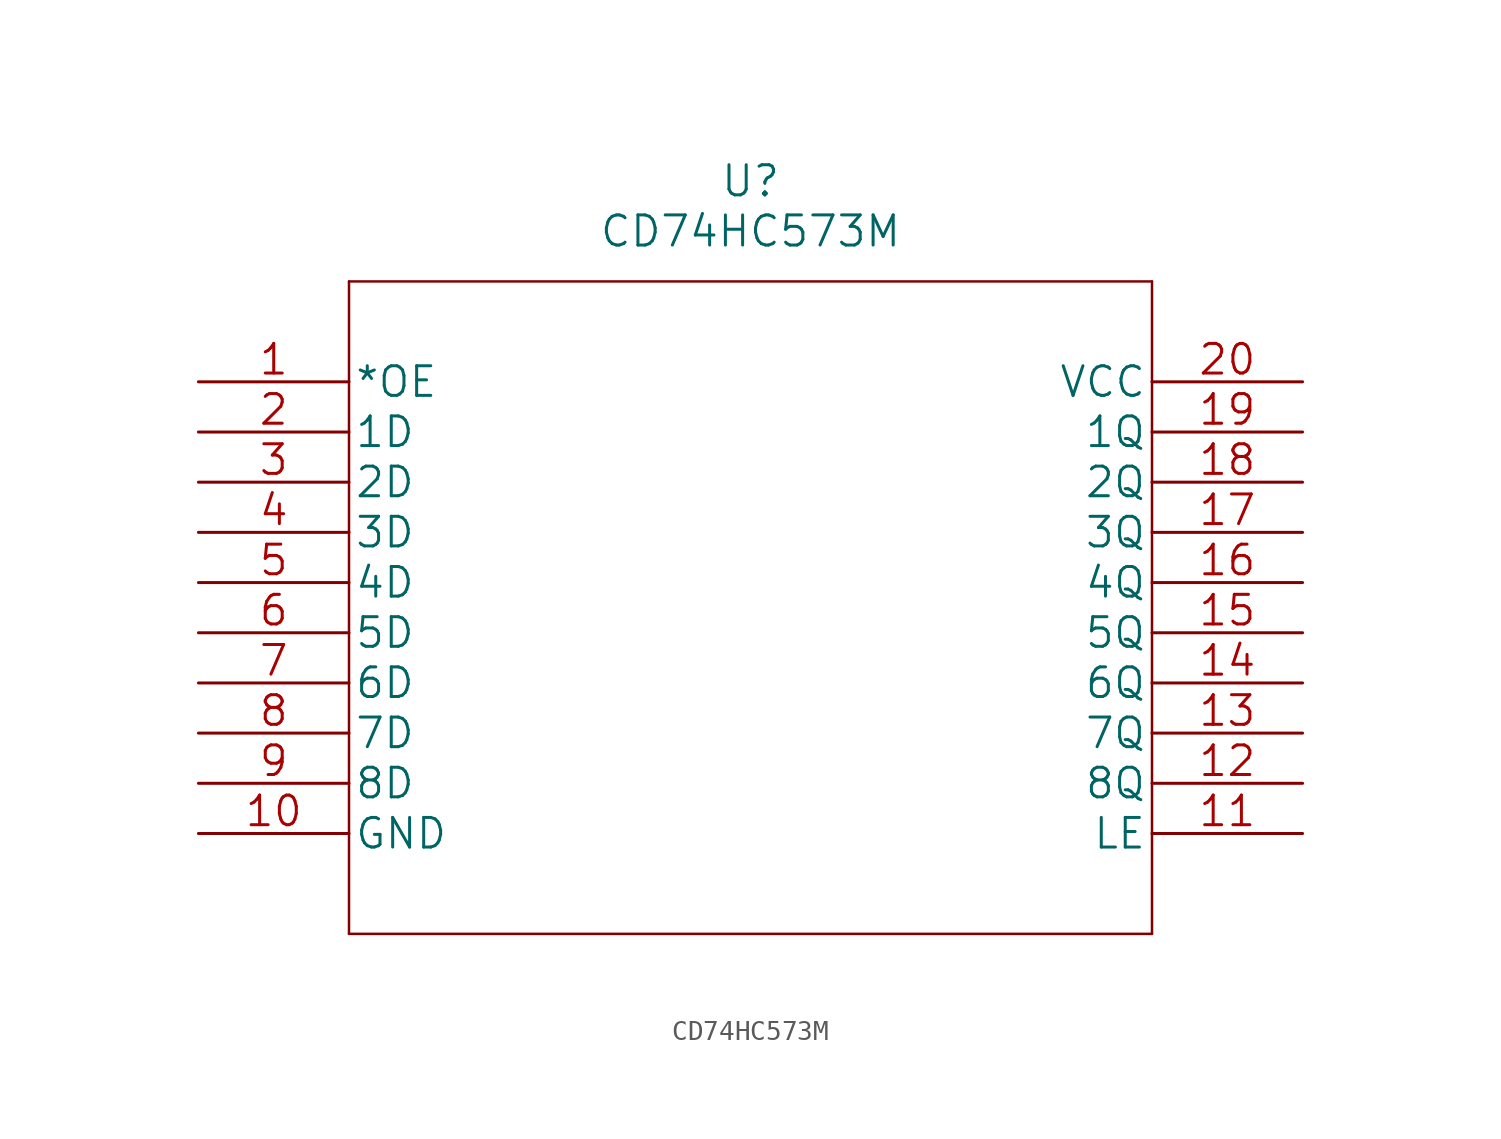
<source format=kicad_sym>
(kicad_symbol_lib
  (version 20211014)
  (generator kicad_symbol_editor)
  (symbol "CD74HC573M"
    (pin_names
      (offset 0.254))
    (property "Reference" "U"
      (at 27.94 10.16 0)
      (effects (font (size 1.524 1.524))))
    (property "Value" "CD74HC573M"
      (at 27.94 7.62 0)
      (effects (font (size 1.524 1.524))))
    (property "Datasheet" ""
      (at 0 0 0)
      (effects (font (size 1.524 1.524))))
    (property "ki_locked" ""
      (at 0 0 0)
      (effects (font (size 1.27 1.27))))
    (symbol "CD74HC573M_1_1"
      (polyline (pts (xy 7.62 -27.94) (xy 48.26 -27.94)) (stroke (width 0.127) (type default) (color 0 0 0 0)) (fill (type none)))
      (polyline (pts (xy 7.62 5.08) (xy 7.62 -27.94)) (stroke (width 0.127) (type default) (color 0 0 0 0)) (fill (type none)))
      (polyline (pts (xy 48.26 -27.94) (xy 48.26 5.08)) (stroke (width 0.127) (type default) (color 0 0 0 0)) (fill (type none)))
      (polyline (pts (xy 48.26 5.08) (xy 7.62 5.08)) (stroke (width 0.127) (type default) (color 0 0 0 0)) (fill (type none)))
      (pin input line (at 0 0 0) (length 7.62) (name "*OE" (effects (font (size 1.499 1.499)))) (number "1" (effects (font (size 1.499 1.499)))))
      (pin power_in line (at 0 -22.86 0) (length 7.62) (name "GND" (effects (font (size 1.499 1.499)))) (number "10" (effects (font (size 1.499 1.499)))))
      (pin input line (at 55.88 -22.86 180) (length 7.62) (name "LE" (effects (font (size 1.499 1.499)))) (number "11" (effects (font (size 1.499 1.499)))))
      (pin output line (at 55.88 -20.32 180) (length 7.62) (name "8Q" (effects (font (size 1.499 1.499)))) (number "12" (effects (font (size 1.499 1.499)))))
      (pin output line (at 55.88 -17.78 180) (length 7.62) (name "7Q" (effects (font (size 1.499 1.499)))) (number "13" (effects (font (size 1.499 1.499)))))
      (pin output line (at 55.88 -15.24 180) (length 7.62) (name "6Q" (effects (font (size 1.499 1.499)))) (number "14" (effects (font (size 1.499 1.499)))))
      (pin output line (at 55.88 -12.7 180) (length 7.62) (name "5Q" (effects (font (size 1.499 1.499)))) (number "15" (effects (font (size 1.499 1.499)))))
      (pin output line (at 55.88 -10.16 180) (length 7.62) (name "4Q" (effects (font (size 1.499 1.499)))) (number "16" (effects (font (size 1.499 1.499)))))
      (pin output line (at 55.88 -7.62 180) (length 7.62) (name "3Q" (effects (font (size 1.499 1.499)))) (number "17" (effects (font (size 1.499 1.499)))))
      (pin output line (at 55.88 -5.08 180) (length 7.62) (name "2Q" (effects (font (size 1.499 1.499)))) (number "18" (effects (font (size 1.499 1.499)))))
      (pin input line (at 55.88 -2.54 180) (length 7.62) (name "1Q" (effects (font (size 1.499 1.499)))) (number "19" (effects (font (size 1.499 1.499)))))
      (pin input line (at 0 -2.54 0) (length 7.62) (name "1D" (effects (font (size 1.499 1.499)))) (number "2" (effects (font (size 1.499 1.499)))))
      (pin power_in line (at 55.88 0 180) (length 7.62) (name "VCC" (effects (font (size 1.499 1.499)))) (number "20" (effects (font (size 1.499 1.499)))))
      (pin input line (at 0 -5.08 0) (length 7.62) (name "2D" (effects (font (size 1.499 1.499)))) (number "3" (effects (font (size 1.499 1.499)))))
      (pin input line (at 0 -7.62 0) (length 7.62) (name "3D" (effects (font (size 1.499 1.499)))) (number "4" (effects (font (size 1.499 1.499)))))
      (pin input line (at 0 -10.16 0) (length 7.62) (name "4D" (effects (font (size 1.499 1.499)))) (number "5" (effects (font (size 1.499 1.499)))))
      (pin input line (at 0 -12.7 0) (length 7.62) (name "5D" (effects (font (size 1.499 1.499)))) (number "6" (effects (font (size 1.499 1.499)))))
      (pin input line (at 0 -15.24 0) (length 7.62) (name "6D" (effects (font (size 1.499 1.499)))) (number "7" (effects (font (size 1.499 1.499)))))
      (pin input line (at 0 -17.78 0) (length 7.62) (name "7D" (effects (font (size 1.499 1.499)))) (number "8" (effects (font (size 1.499 1.499)))))
      (pin input line (at 0 -20.32 0) (length 7.62) (name "8D" (effects (font (size 1.499 1.499)))) (number "9" (effects (font (size 1.499 1.499))))))))
</source>
